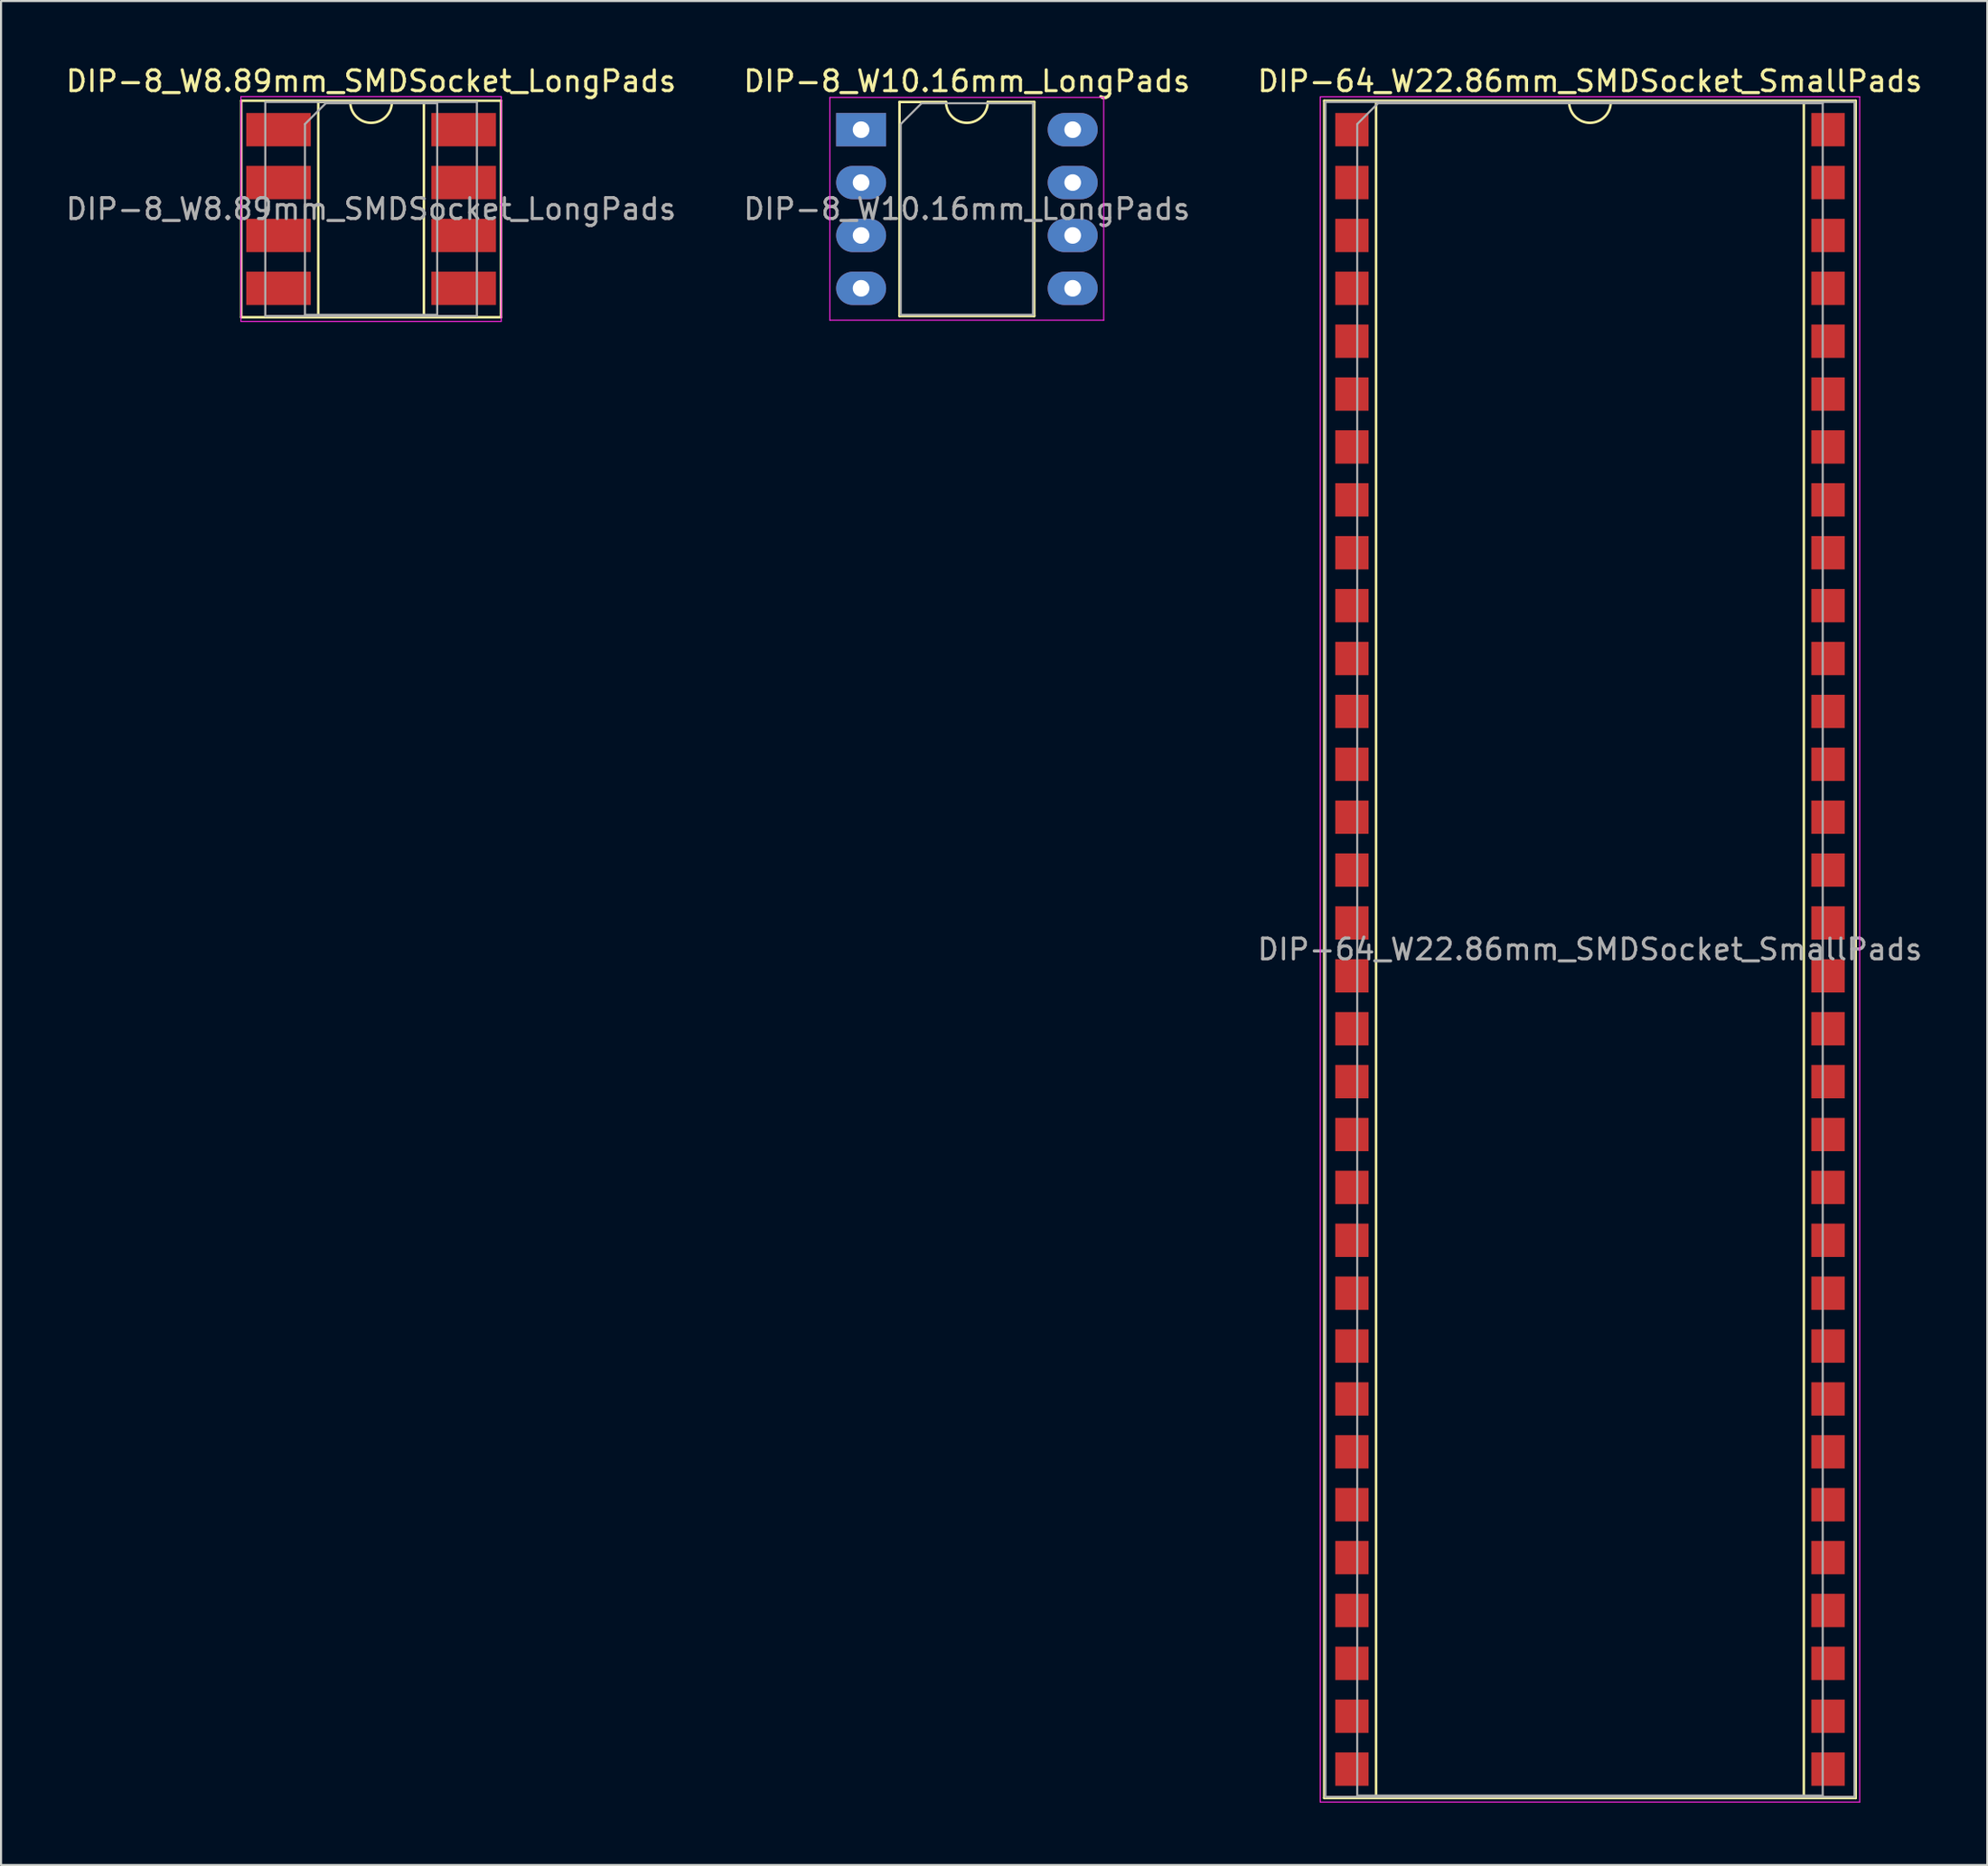
<source format=kicad_pcb>
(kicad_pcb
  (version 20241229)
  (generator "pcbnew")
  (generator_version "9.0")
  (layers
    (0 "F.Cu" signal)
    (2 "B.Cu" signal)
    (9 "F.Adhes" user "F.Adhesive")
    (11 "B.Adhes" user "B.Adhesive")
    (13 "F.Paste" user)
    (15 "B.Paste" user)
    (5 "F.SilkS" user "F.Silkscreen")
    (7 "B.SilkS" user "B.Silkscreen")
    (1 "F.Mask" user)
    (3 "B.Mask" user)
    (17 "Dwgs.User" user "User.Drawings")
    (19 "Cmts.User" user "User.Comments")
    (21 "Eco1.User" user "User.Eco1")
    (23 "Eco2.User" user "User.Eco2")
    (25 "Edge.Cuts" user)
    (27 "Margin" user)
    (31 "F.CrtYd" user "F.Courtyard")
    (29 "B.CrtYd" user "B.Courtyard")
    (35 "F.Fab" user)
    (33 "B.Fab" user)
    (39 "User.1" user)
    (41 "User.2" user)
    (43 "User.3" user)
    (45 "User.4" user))
  (footprint "DIP-8_W8.89mm_SMDSocket_LongPads"
    (layer "F.Cu")
    (at 14.768 6.988)
    (property "Reference" "DIP-8_W8.89mm_SMDSocket_LongPads" (at 0 -6.14 0) (layer "F.SilkS") (effects (font (size 1 1) (thickness 0.15))))
    (attr smd)
    (fp_line (start -6.235 -5.2) (end -6.235 5.2) (stroke (width 0.12) (type solid)) (layer "F.SilkS"))
    (fp_line (start -6.235 5.2) (end 6.235 5.2) (stroke (width 0.12) (type solid)) (layer "F.SilkS"))
    (fp_line (start -2.535 -5.14) (end -2.535 5.14) (stroke (width 0.12) (type solid)) (layer "F.SilkS"))
    (fp_line (start -2.535 5.14) (end 2.535 5.14) (stroke (width 0.12) (type solid)) (layer "F.SilkS"))
    (fp_line (start -1 -5.14) (end -2.535 -5.14) (stroke (width 0.12) (type solid)) (layer "F.SilkS"))
    (fp_line (start 2.535 -5.14) (end 1 -5.14) (stroke (width 0.12) (type solid)) (layer "F.SilkS"))
    (fp_line (start 2.535 5.14) (end 2.535 -5.14) (stroke (width 0.12) (type solid)) (layer "F.SilkS"))
    (fp_line (start 6.235 -5.2) (end -6.235 -5.2) (stroke (width 0.12) (type solid)) (layer "F.SilkS"))
    (fp_line (start 6.235 5.2) (end 6.235 -5.2) (stroke (width 0.12) (type solid)) (layer "F.SilkS"))
    (fp_arc (start 1 -5.14) (mid 0 -4.14) (end -1 -5.14) (stroke (width 0.12) (type solid)) (layer "F.SilkS"))
    (fp_line (start -6.25 -5.4) (end -6.25 5.4) (stroke (width 0.05) (type solid)) (layer "F.CrtYd"))
    (fp_line (start -6.25 5.4) (end 6.25 5.4) (stroke (width 0.05) (type solid)) (layer "F.CrtYd"))
    (fp_line (start 6.25 -5.4) (end -6.25 -5.4) (stroke (width 0.05) (type solid)) (layer "F.CrtYd"))
    (fp_line (start 6.25 5.4) (end 6.25 -5.4) (stroke (width 0.05) (type solid)) (layer "F.CrtYd"))
    (fp_line (start -5.08 -5.14) (end -5.08 5.14) (stroke (width 0.1) (type solid)) (layer "F.Fab"))
    (fp_line (start -5.08 5.14) (end 5.08 5.14) (stroke (width 0.1) (type solid)) (layer "F.Fab"))
    (fp_line (start -3.175 -4.08) (end -2.175 -5.08) (stroke (width 0.1) (type solid)) (layer "F.Fab"))
    (fp_line (start -3.175 5.08) (end -3.175 -4.08) (stroke (width 0.1) (type solid)) (layer "F.Fab"))
    (fp_line (start -2.175 -5.08) (end 3.175 -5.08) (stroke (width 0.1) (type solid)) (layer "F.Fab"))
    (fp_line (start 3.175 -5.08) (end 3.175 5.08) (stroke (width 0.1) (type solid)) (layer "F.Fab"))
    (fp_line (start 3.175 5.08) (end -3.175 5.08) (stroke (width 0.1) (type solid)) (layer "F.Fab"))
    (fp_line (start 5.08 -5.14) (end -5.08 -5.14) (stroke (width 0.1) (type solid)) (layer "F.Fab"))
    (fp_line (start 5.08 5.14) (end 5.08 -5.14) (stroke (width 0.1) (type solid)) (layer "F.Fab"))
    (fp_text user "${REFERENCE}" (at 0 0 0) (layer "F.Fab") (effects (font (size 1 1) (thickness 0.15))))
    (pad "1" smd rect (at -4.445 -3.81) (size 3.1 1.6) (layers "F.Cu" "F.Mask" "F.Paste"))
    (pad "2" smd rect (at -4.445 -1.27) (size 3.1 1.6) (layers "F.Cu" "F.Mask" "F.Paste"))
    (pad "3" smd rect (at -4.445 1.27) (size 3.1 1.6) (layers "F.Cu" "F.Mask" "F.Paste"))
    (pad "4" smd rect (at -4.445 3.81) (size 3.1 1.6) (layers "F.Cu" "F.Mask" "F.Paste"))
    (pad "5" smd rect (at 4.445 3.81) (size 3.1 1.6) (layers "F.Cu" "F.Mask" "F.Paste"))
    (pad "6" smd rect (at 4.445 1.27) (size 3.1 1.6) (layers "F.Cu" "F.Mask" "F.Paste"))
    (pad "7" smd rect (at 4.445 -1.27) (size 3.1 1.6) (layers "F.Cu" "F.Mask" "F.Paste"))
    (pad "8" smd rect (at 4.445 -3.81) (size 3.1 1.6) (layers "F.Cu" "F.Mask" "F.Paste")))
  (footprint "DIP-8_W10.16mm_LongPads"
    (layer "F.Cu")
    (at 38.295 3.178)
    (property "Reference" "DIP-8_W10.16mm_LongPads" (at 5.08 -2.33 0) (layer "F.SilkS") (effects (font (size 1 1) (thickness 0.15))))
    (attr through_hole)
    (fp_line (start 1.845 -1.33) (end 1.845 8.95) (stroke (width 0.12) (type solid)) (layer "F.SilkS"))
    (fp_line (start 1.845 8.95) (end 8.315 8.95) (stroke (width 0.12) (type solid)) (layer "F.SilkS"))
    (fp_line (start 4.08 -1.33) (end 1.845 -1.33) (stroke (width 0.12) (type solid)) (layer "F.SilkS"))
    (fp_line (start 8.315 -1.33) (end 6.08 -1.33) (stroke (width 0.12) (type solid)) (layer "F.SilkS"))
    (fp_line (start 8.315 8.95) (end 8.315 -1.33) (stroke (width 0.12) (type solid)) (layer "F.SilkS"))
    (fp_arc (start 6.08 -1.33) (mid 5.08 -0.33) (end 4.08 -1.33) (stroke (width 0.12) (type solid)) (layer "F.SilkS"))
    (fp_line (start -1.5 -1.55) (end -1.5 9.15) (stroke (width 0.05) (type solid)) (layer "F.CrtYd"))
    (fp_line (start -1.5 9.15) (end 11.65 9.15) (stroke (width 0.05) (type solid)) (layer "F.CrtYd"))
    (fp_line (start 11.65 -1.55) (end -1.5 -1.55) (stroke (width 0.05) (type solid)) (layer "F.CrtYd"))
    (fp_line (start 11.65 9.15) (end 11.65 -1.55) (stroke (width 0.05) (type solid)) (layer "F.CrtYd"))
    (fp_line (start 1.905 -0.27) (end 2.905 -1.27) (stroke (width 0.1) (type solid)) (layer "F.Fab"))
    (fp_line (start 1.905 8.89) (end 1.905 -0.27) (stroke (width 0.1) (type solid)) (layer "F.Fab"))
    (fp_line (start 2.905 -1.27) (end 8.255 -1.27) (stroke (width 0.1) (type solid)) (layer "F.Fab"))
    (fp_line (start 8.255 -1.27) (end 8.255 8.89) (stroke (width 0.1) (type solid)) (layer "F.Fab"))
    (fp_line (start 8.255 8.89) (end 1.905 8.89) (stroke (width 0.1) (type solid)) (layer "F.Fab"))
    (fp_text user "${REFERENCE}" (at 5.08 3.81 0) (layer "F.Fab") (effects (font (size 1 1) (thickness 0.15))))
    (pad "1" thru_hole rect (at 0 0) (size 2.4 1.6) (drill 0.8) (layers "*.Cu" "*.Mask"))
    (pad "2" thru_hole oval (at 0 2.54) (size 2.4 1.6) (drill 0.8) (layers "*.Cu" "*.Mask"))
    (pad "3" thru_hole oval (at 0 5.08) (size 2.4 1.6) (drill 0.8) (layers "*.Cu" "*.Mask"))
    (pad "4" thru_hole oval (at 0 7.62) (size 2.4 1.6) (drill 0.8) (layers "*.Cu" "*.Mask"))
    (pad "5" thru_hole oval (at 10.16 7.62) (size 2.4 1.6) (drill 0.8) (layers "*.Cu" "*.Mask"))
    (pad "6" thru_hole oval (at 10.16 5.08) (size 2.4 1.6) (drill 0.8) (layers "*.Cu" "*.Mask"))
    (pad "7" thru_hole oval (at 10.16 2.54) (size 2.4 1.6) (drill 0.8) (layers "*.Cu" "*.Mask"))
    (pad "8" thru_hole oval (at 10.16 0) (size 2.4 1.6) (drill 0.8) (layers "*.Cu" "*.Mask")))
  (footprint "DIP-64_W22.86mm_SMDSocket_SmallPads"
    (layer "F.Cu")
    (at 73.292 42.548)
    (property "Reference" "DIP-64_W22.86mm_SMDSocket_SmallPads" (at 0 -41.7 0) (layer "F.SilkS") (effects (font (size 1 1) (thickness 0.15))))
    (attr smd)
    (fp_line (start -12.76 -40.76) (end -12.76 40.76) (stroke (width 0.12) (type solid)) (layer "F.SilkS"))
    (fp_line (start -12.76 40.76) (end 12.76 40.76) (stroke (width 0.12) (type solid)) (layer "F.SilkS"))
    (fp_line (start -10.27 -40.7) (end -10.27 40.7) (stroke (width 0.12) (type solid)) (layer "F.SilkS"))
    (fp_line (start -10.27 40.7) (end 10.27 40.7) (stroke (width 0.12) (type solid)) (layer "F.SilkS"))
    (fp_line (start -1 -40.7) (end -10.27 -40.7) (stroke (width 0.12) (type solid)) (layer "F.SilkS"))
    (fp_line (start 10.27 -40.7) (end 1 -40.7) (stroke (width 0.12) (type solid)) (layer "F.SilkS"))
    (fp_line (start 10.27 40.7) (end 10.27 -40.7) (stroke (width 0.12) (type solid)) (layer "F.SilkS"))
    (fp_line (start 12.76 -40.76) (end -12.76 -40.76) (stroke (width 0.12) (type solid)) (layer "F.SilkS"))
    (fp_line (start 12.76 40.76) (end 12.76 -40.76) (stroke (width 0.12) (type solid)) (layer "F.SilkS"))
    (fp_arc (start 1 -40.7) (mid 0 -39.7) (end -1 -40.7) (stroke (width 0.12) (type solid)) (layer "F.SilkS"))
    (fp_line (start -12.95 -40.95) (end -12.95 40.95) (stroke (width 0.05) (type solid)) (layer "F.CrtYd"))
    (fp_line (start -12.95 40.95) (end 12.95 40.95) (stroke (width 0.05) (type solid)) (layer "F.CrtYd"))
    (fp_line (start 12.95 -40.95) (end -12.95 -40.95) (stroke (width 0.05) (type solid)) (layer "F.CrtYd"))
    (fp_line (start 12.95 40.95) (end 12.95 -40.95) (stroke (width 0.05) (type solid)) (layer "F.CrtYd"))
    (fp_line (start -12.7 -40.7) (end -12.7 40.7) (stroke (width 0.1) (type solid)) (layer "F.Fab"))
    (fp_line (start -12.7 40.7) (end 12.7 40.7) (stroke (width 0.1) (type solid)) (layer "F.Fab"))
    (fp_line (start -11.175 -39.64) (end -10.175 -40.64) (stroke (width 0.1) (type solid)) (layer "F.Fab"))
    (fp_line (start -11.175 40.64) (end -11.175 -39.64) (stroke (width 0.1) (type solid)) (layer "F.Fab"))
    (fp_line (start -10.175 -40.64) (end 11.175 -40.64) (stroke (width 0.1) (type solid)) (layer "F.Fab"))
    (fp_line (start 11.175 -40.64) (end 11.175 40.64) (stroke (width 0.1) (type solid)) (layer "F.Fab"))
    (fp_line (start 11.175 40.64) (end -11.175 40.64) (stroke (width 0.1) (type solid)) (layer "F.Fab"))
    (fp_line (start 12.7 -40.7) (end -12.7 -40.7) (stroke (width 0.1) (type solid)) (layer "F.Fab"))
    (fp_line (start 12.7 40.7) (end 12.7 -40.7) (stroke (width 0.1) (type solid)) (layer "F.Fab"))
    (fp_text user "${REFERENCE}" (at 0 0 0) (layer "F.Fab") (effects (font (size 1 1) (thickness 0.15))))
    (pad "1" smd rect (at -11.43 -39.37) (size 1.6 1.6) (layers "F.Cu" "F.Mask" "F.Paste"))
    (pad "2" smd rect (at -11.43 -36.83) (size 1.6 1.6) (layers "F.Cu" "F.Mask" "F.Paste"))
    (pad "3" smd rect (at -11.43 -34.29) (size 1.6 1.6) (layers "F.Cu" "F.Mask" "F.Paste"))
    (pad "4" smd rect (at -11.43 -31.75) (size 1.6 1.6) (layers "F.Cu" "F.Mask" "F.Paste"))
    (pad "5" smd rect (at -11.43 -29.21) (size 1.6 1.6) (layers "F.Cu" "F.Mask" "F.Paste"))
    (pad "6" smd rect (at -11.43 -26.67) (size 1.6 1.6) (layers "F.Cu" "F.Mask" "F.Paste"))
    (pad "7" smd rect (at -11.43 -24.13) (size 1.6 1.6) (layers "F.Cu" "F.Mask" "F.Paste"))
    (pad "8" smd rect (at -11.43 -21.59) (size 1.6 1.6) (layers "F.Cu" "F.Mask" "F.Paste"))
    (pad "9" smd rect (at -11.43 -19.05) (size 1.6 1.6) (layers "F.Cu" "F.Mask" "F.Paste"))
    (pad "10" smd rect (at -11.43 -16.51) (size 1.6 1.6) (layers "F.Cu" "F.Mask" "F.Paste"))
    (pad "11" smd rect (at -11.43 -13.97) (size 1.6 1.6) (layers "F.Cu" "F.Mask" "F.Paste"))
    (pad "12" smd rect (at -11.43 -11.43) (size 1.6 1.6) (layers "F.Cu" "F.Mask" "F.Paste"))
    (pad "13" smd rect (at -11.43 -8.89) (size 1.6 1.6) (layers "F.Cu" "F.Mask" "F.Paste"))
    (pad "14" smd rect (at -11.43 -6.35) (size 1.6 1.6) (layers "F.Cu" "F.Mask" "F.Paste"))
    (pad "15" smd rect (at -11.43 -3.81) (size 1.6 1.6) (layers "F.Cu" "F.Mask" "F.Paste"))
    (pad "16" smd rect (at -11.43 -1.27) (size 1.6 1.6) (layers "F.Cu" "F.Mask" "F.Paste"))
    (pad "17" smd rect (at -11.43 1.27) (size 1.6 1.6) (layers "F.Cu" "F.Mask" "F.Paste"))
    (pad "18" smd rect (at -11.43 3.81) (size 1.6 1.6) (layers "F.Cu" "F.Mask" "F.Paste"))
    (pad "19" smd rect (at -11.43 6.35) (size 1.6 1.6) (layers "F.Cu" "F.Mask" "F.Paste"))
    (pad "20" smd rect (at -11.43 8.89) (size 1.6 1.6) (layers "F.Cu" "F.Mask" "F.Paste"))
    (pad "21" smd rect (at -11.43 11.43) (size 1.6 1.6) (layers "F.Cu" "F.Mask" "F.Paste"))
    (pad "22" smd rect (at -11.43 13.97) (size 1.6 1.6) (layers "F.Cu" "F.Mask" "F.Paste"))
    (pad "23" smd rect (at -11.43 16.51) (size 1.6 1.6) (layers "F.Cu" "F.Mask" "F.Paste"))
    (pad "24" smd rect (at -11.43 19.05) (size 1.6 1.6) (layers "F.Cu" "F.Mask" "F.Paste"))
    (pad "25" smd rect (at -11.43 21.59) (size 1.6 1.6) (layers "F.Cu" "F.Mask" "F.Paste"))
    (pad "26" smd rect (at -11.43 24.13) (size 1.6 1.6) (layers "F.Cu" "F.Mask" "F.Paste"))
    (pad "27" smd rect (at -11.43 26.67) (size 1.6 1.6) (layers "F.Cu" "F.Mask" "F.Paste"))
    (pad "28" smd rect (at -11.43 29.21) (size 1.6 1.6) (layers "F.Cu" "F.Mask" "F.Paste"))
    (pad "29" smd rect (at -11.43 31.75) (size 1.6 1.6) (layers "F.Cu" "F.Mask" "F.Paste"))
    (pad "30" smd rect (at -11.43 34.29) (size 1.6 1.6) (layers "F.Cu" "F.Mask" "F.Paste"))
    (pad "31" smd rect (at -11.43 36.83) (size 1.6 1.6) (layers "F.Cu" "F.Mask" "F.Paste"))
    (pad "32" smd rect (at -11.43 39.37) (size 1.6 1.6) (layers "F.Cu" "F.Mask" "F.Paste"))
    (pad "33" smd rect (at 11.43 39.37) (size 1.6 1.6) (layers "F.Cu" "F.Mask" "F.Paste"))
    (pad "34" smd rect (at 11.43 36.83) (size 1.6 1.6) (layers "F.Cu" "F.Mask" "F.Paste"))
    (pad "35" smd rect (at 11.43 34.29) (size 1.6 1.6) (layers "F.Cu" "F.Mask" "F.Paste"))
    (pad "36" smd rect (at 11.43 31.75) (size 1.6 1.6) (layers "F.Cu" "F.Mask" "F.Paste"))
    (pad "37" smd rect (at 11.43 29.21) (size 1.6 1.6) (layers "F.Cu" "F.Mask" "F.Paste"))
    (pad "38" smd rect (at 11.43 26.67) (size 1.6 1.6) (layers "F.Cu" "F.Mask" "F.Paste"))
    (pad "39" smd rect (at 11.43 24.13) (size 1.6 1.6) (layers "F.Cu" "F.Mask" "F.Paste"))
    (pad "40" smd rect (at 11.43 21.59) (size 1.6 1.6) (layers "F.Cu" "F.Mask" "F.Paste"))
    (pad "41" smd rect (at 11.43 19.05) (size 1.6 1.6) (layers "F.Cu" "F.Mask" "F.Paste"))
    (pad "42" smd rect (at 11.43 16.51) (size 1.6 1.6) (layers "F.Cu" "F.Mask" "F.Paste"))
    (pad "43" smd rect (at 11.43 13.97) (size 1.6 1.6) (layers "F.Cu" "F.Mask" "F.Paste"))
    (pad "44" smd rect (at 11.43 11.43) (size 1.6 1.6) (layers "F.Cu" "F.Mask" "F.Paste"))
    (pad "45" smd rect (at 11.43 8.89) (size 1.6 1.6) (layers "F.Cu" "F.Mask" "F.Paste"))
    (pad "46" smd rect (at 11.43 6.35) (size 1.6 1.6) (layers "F.Cu" "F.Mask" "F.Paste"))
    (pad "47" smd rect (at 11.43 3.81) (size 1.6 1.6) (layers "F.Cu" "F.Mask" "F.Paste"))
    (pad "48" smd rect (at 11.43 1.27) (size 1.6 1.6) (layers "F.Cu" "F.Mask" "F.Paste"))
    (pad "49" smd rect (at 11.43 -1.27) (size 1.6 1.6) (layers "F.Cu" "F.Mask" "F.Paste"))
    (pad "50" smd rect (at 11.43 -3.81) (size 1.6 1.6) (layers "F.Cu" "F.Mask" "F.Paste"))
    (pad "51" smd rect (at 11.43 -6.35) (size 1.6 1.6) (layers "F.Cu" "F.Mask" "F.Paste"))
    (pad "52" smd rect (at 11.43 -8.89) (size 1.6 1.6) (layers "F.Cu" "F.Mask" "F.Paste"))
    (pad "53" smd rect (at 11.43 -11.43) (size 1.6 1.6) (layers "F.Cu" "F.Mask" "F.Paste"))
    (pad "54" smd rect (at 11.43 -13.97) (size 1.6 1.6) (layers "F.Cu" "F.Mask" "F.Paste"))
    (pad "55" smd rect (at 11.43 -16.51) (size 1.6 1.6) (layers "F.Cu" "F.Mask" "F.Paste"))
    (pad "56" smd rect (at 11.43 -19.05) (size 1.6 1.6) (layers "F.Cu" "F.Mask" "F.Paste"))
    (pad "57" smd rect (at 11.43 -21.59) (size 1.6 1.6) (layers "F.Cu" "F.Mask" "F.Paste"))
    (pad "58" smd rect (at 11.43 -24.13) (size 1.6 1.6) (layers "F.Cu" "F.Mask" "F.Paste"))
    (pad "59" smd rect (at 11.43 -26.67) (size 1.6 1.6) (layers "F.Cu" "F.Mask" "F.Paste"))
    (pad "60" smd rect (at 11.43 -29.21) (size 1.6 1.6) (layers "F.Cu" "F.Mask" "F.Paste"))
    (pad "61" smd rect (at 11.43 -31.75) (size 1.6 1.6) (layers "F.Cu" "F.Mask" "F.Paste"))
    (pad "62" smd rect (at 11.43 -34.29) (size 1.6 1.6) (layers "F.Cu" "F.Mask" "F.Paste"))
    (pad "63" smd rect (at 11.43 -36.83) (size 1.6 1.6) (layers "F.Cu" "F.Mask" "F.Paste"))
    (pad "64" smd rect (at 11.43 -39.37) (size 1.6 1.6) (layers "F.Cu" "F.Mask" "F.Paste")))
  (gr_rect
    (start -3 -3)
    (end 92.369 86.523)
    (stroke (width 0.1) (type default))
    (fill no)
    (layer "Edge.Cuts")))
</source>
